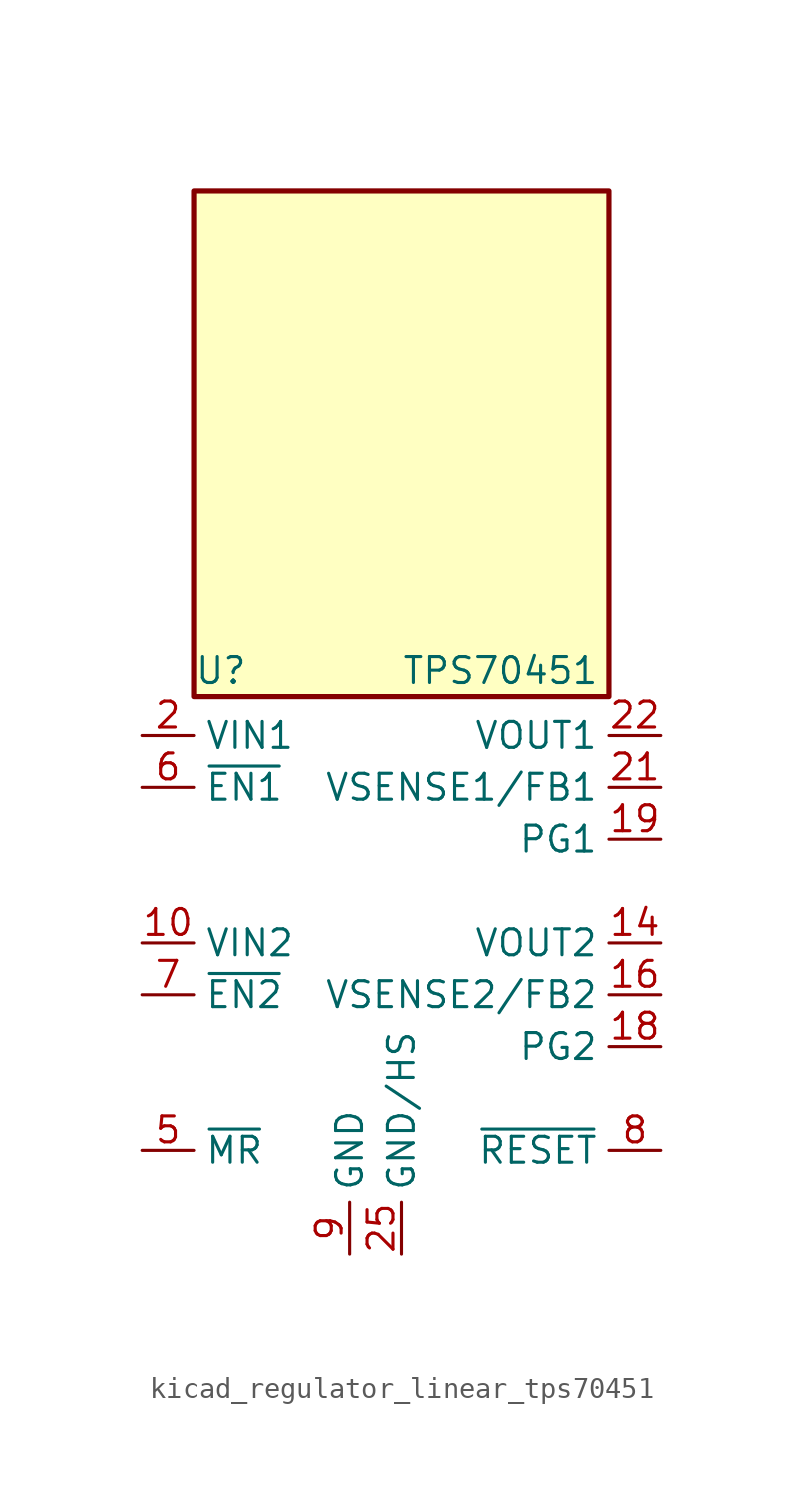
<source format=kicad_sym>
(kicad_symbol_lib
  (version 20220914)
  (generator kicad_symbol_editor)
  (symbol "kicad_regulator_linear_tps70451"
    (property "Reference" "U"
      (at -10.16 13.335 0)
      (effects (font (size 1.27 1.27)) (justify left)))
    (property "Value" "TPS70451"
      (at 0 13.335 0)
      (effects (font (size 1.27 1.27)) (justify left)))
    (symbol "kicad_regulator_linear_tps70451_0_1"
      (rectangle (start 10.16 36.83) (end -10.16 12.065) (stroke (width 0.254) (type default)) (fill (type background))))
    (symbol "kicad_regulator_linear_tps70451_1_1"
      (pin passive line (at 0 -15.24 90) (length 2.54) hide (name "GND/HS" (effects (font (size 1.27 1.27)))) (number "1" (effects (font (size 1.27 1.27)))))
      (pin power_in line (at -12.7 0 0) (length 2.54) (name "VIN2" (effects (font (size 1.27 1.27)))) (number "10" (effects (font (size 1.27 1.27)))))
      (pin passive line (at -12.7 0 0) (length 2.54) hide (name "VIN2" (effects (font (size 1.27 1.27)))) (number "11" (effects (font (size 1.27 1.27)))))
      (pin passive line (at 0 -15.24 90) (length 2.54) hide (name "GND/HS" (effects (font (size 1.27 1.27)))) (number "12" (effects (font (size 1.27 1.27)))))
      (pin passive line (at 0 -15.24 90) (length 2.54) hide (name "GND/HS" (effects (font (size 1.27 1.27)))) (number "13" (effects (font (size 1.27 1.27)))))
      (pin power_out line (at 12.7 0 180) (length 2.54) (name "VOUT2" (effects (font (size 1.27 1.27)))) (number "14" (effects (font (size 1.27 1.27)))))
      (pin passive line (at 12.7 0 180) (length 2.54) hide (name "VOUT2" (effects (font (size 1.27 1.27)))) (number "15" (effects (font (size 1.27 1.27)))))
      (pin input line (at 12.7 -2.54 180) (length 2.54) (name "VSENSE2/FB2" (effects (font (size 1.27 1.27)))) (number "16" (effects (font (size 1.27 1.27)))))
      (pin no_connect line (at -10.16 2.54 0) (length 2.54) hide (name "NC" (effects (font (size 1.27 1.27)))) (number "17" (effects (font (size 1.27 1.27)))))
      (pin open_collector line (at 12.7 -5.08 180) (length 2.54) (name "PG2" (effects (font (size 1.27 1.27)))) (number "18" (effects (font (size 1.27 1.27)))))
      (pin open_collector line (at 12.7 5.08 180) (length 2.54) (name "PG1" (effects (font (size 1.27 1.27)))) (number "19" (effects (font (size 1.27 1.27)))))
      (pin power_in line (at -12.7 10.16 0) (length 2.54) (name "VIN1" (effects (font (size 1.27 1.27)))) (number "2" (effects (font (size 1.27 1.27)))))
      (pin no_connect line (at -10.16 -5.08 0) (length 2.54) hide (name "NC" (effects (font (size 1.27 1.27)))) (number "20" (effects (font (size 1.27 1.27)))))
      (pin input line (at 12.7 7.62 180) (length 2.54) (name "VSENSE1/FB1" (effects (font (size 1.27 1.27)))) (number "21" (effects (font (size 1.27 1.27)))))
      (pin power_out line (at 12.7 10.16 180) (length 2.54) (name "VOUT1" (effects (font (size 1.27 1.27)))) (number "22" (effects (font (size 1.27 1.27)))))
      (pin passive line (at 12.7 10.16 180) (length 2.54) hide (name "VOUT1" (effects (font (size 1.27 1.27)))) (number "23" (effects (font (size 1.27 1.27)))))
      (pin passive line (at 0 -15.24 90) (length 2.54) hide (name "GND/HS" (effects (font (size 1.27 1.27)))) (number "24" (effects (font (size 1.27 1.27)))))
      (pin power_in line (at 0 -15.24 90) (length 2.54) (name "GND/HS" (effects (font (size 1.27 1.27)))) (number "25" (effects (font (size 1.27 1.27)))))
      (pin passive line (at -12.7 10.16 0) (length 2.54) hide (name "VIN1" (effects (font (size 1.27 1.27)))) (number "3" (effects (font (size 1.27 1.27)))))
      (pin no_connect line (at -10.16 5.08 0) (length 2.54) hide (name "NC" (effects (font (size 1.27 1.27)))) (number "4" (effects (font (size 1.27 1.27)))))
      (pin input line (at -12.7 -10.16 0) (length 2.54) (name "~{MR}" (effects (font (size 1.27 1.27)))) (number "5" (effects (font (size 1.27 1.27)))))
      (pin input line (at -12.7 7.62 0) (length 2.54) (name "~{EN1}" (effects (font (size 1.27 1.27)))) (number "6" (effects (font (size 1.27 1.27)))))
      (pin input line (at -12.7 -2.54 0) (length 2.54) (name "~{EN2}" (effects (font (size 1.27 1.27)))) (number "7" (effects (font (size 1.27 1.27)))))
      (pin open_collector line (at 12.7 -10.16 180) (length 2.54) (name "~{RESET}" (effects (font (size 1.27 1.27)))) (number "8" (effects (font (size 1.27 1.27)))))
      (pin power_in line (at -2.54 -15.24 90) (length 2.54) (name "GND" (effects (font (size 1.27 1.27)))) (number "9" (effects (font (size 1.27 1.27))))))))
</source>
